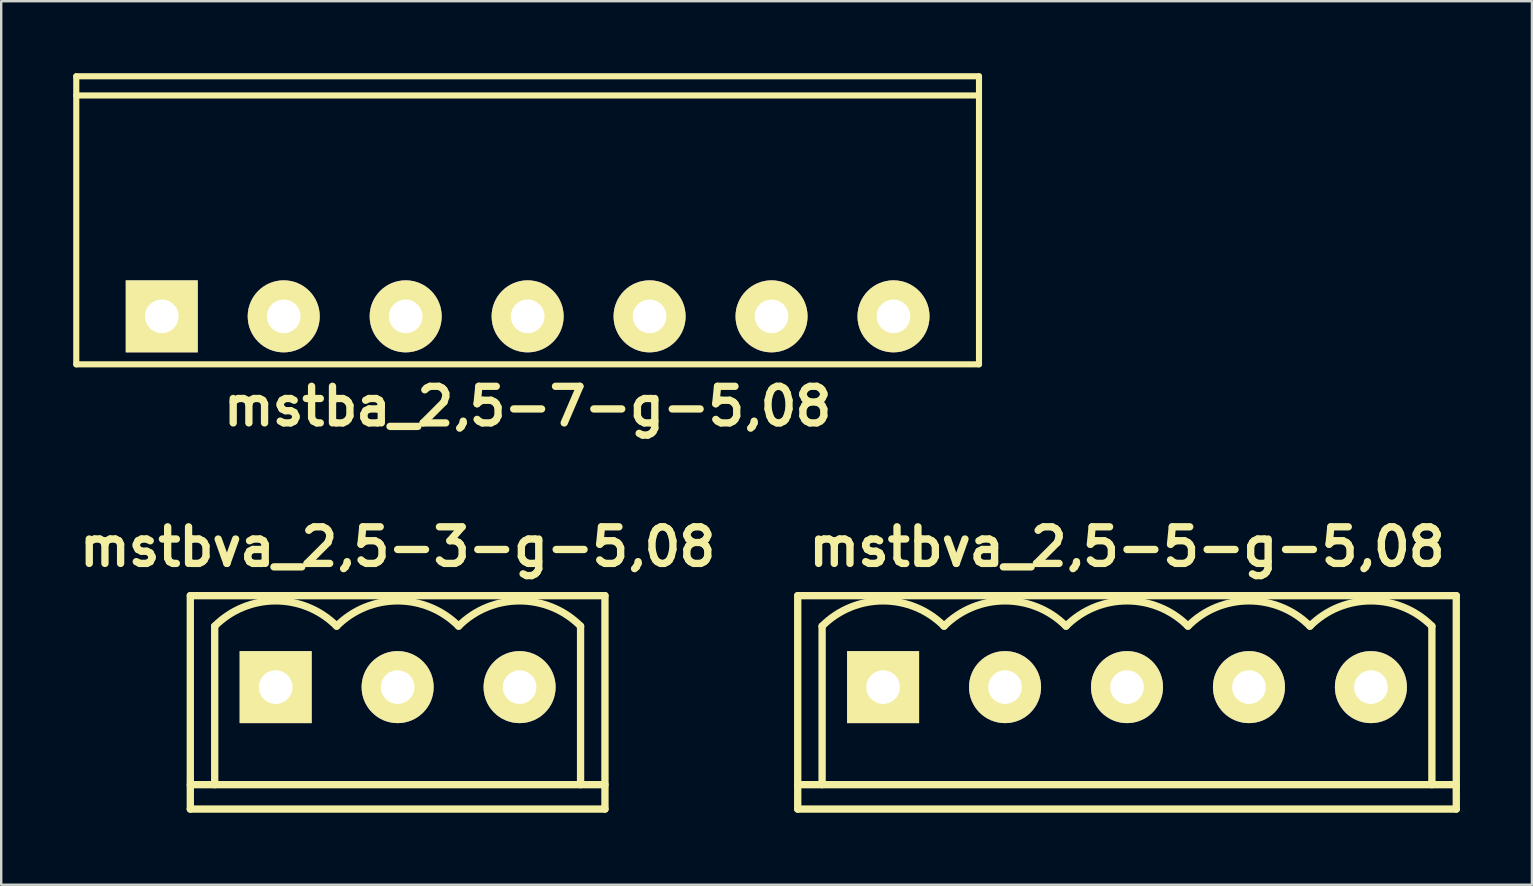
<source format=kicad_pcb>
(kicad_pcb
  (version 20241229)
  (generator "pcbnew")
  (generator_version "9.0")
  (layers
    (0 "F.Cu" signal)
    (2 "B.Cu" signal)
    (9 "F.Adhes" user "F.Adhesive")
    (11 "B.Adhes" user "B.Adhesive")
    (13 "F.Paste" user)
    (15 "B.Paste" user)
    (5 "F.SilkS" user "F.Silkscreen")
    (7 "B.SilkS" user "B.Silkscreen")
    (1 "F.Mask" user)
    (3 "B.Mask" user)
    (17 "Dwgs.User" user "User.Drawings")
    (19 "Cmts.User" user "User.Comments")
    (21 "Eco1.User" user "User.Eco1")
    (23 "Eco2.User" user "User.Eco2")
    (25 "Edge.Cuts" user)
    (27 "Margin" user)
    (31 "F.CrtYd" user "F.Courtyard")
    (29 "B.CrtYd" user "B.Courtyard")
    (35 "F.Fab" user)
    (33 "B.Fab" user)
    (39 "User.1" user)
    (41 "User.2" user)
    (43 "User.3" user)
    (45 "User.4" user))
  (footprint "mstbva_2,5-3-g-5,08"
    (layer "F.Cu")
    (at 13.513 25.571)
    (property "Reference" "mstbva_2,5-3-g-5,08" (at 0 -5.842 0) (layer "F.SilkS") (effects (font (size 1.524 1.524) (thickness 0.305))))
    (attr through_hole)
    (fp_line (start -8.636 -3.81) (end -8.636 5.08) (stroke (width 0.305) (type solid)) (layer "F.SilkS"))
    (fp_line (start -8.636 4.064) (end 8.636 4.064) (stroke (width 0.305) (type solid)) (layer "F.SilkS"))
    (fp_line (start -7.62 -2.54) (end -7.62 4.064) (stroke (width 0.305) (type solid)) (layer "F.SilkS"))
    (fp_line (start 7.62 -2.54) (end 7.62 4.064) (stroke (width 0.305) (type solid)) (layer "F.SilkS"))
    (fp_line (start 8.636 -3.81) (end -8.636 -3.81) (stroke (width 0.305) (type solid)) (layer "F.SilkS"))
    (fp_line (start 8.636 5.08) (end -8.636 5.08) (stroke (width 0.305) (type solid)) (layer "F.SilkS"))
    (fp_line (start 8.636 5.08) (end 8.636 -3.81) (stroke (width 0.305) (type solid)) (layer "F.SilkS"))
    (fp_arc (start -7.62 -2.54) (mid -5.08 -3.592102) (end -2.54 -2.54) (stroke (width 0.3048) (type solid)) (layer "F.SilkS"))
    (fp_arc (start -2.54 -2.54) (mid 0 -3.592102) (end 2.54 -2.54) (stroke (width 0.3048) (type solid)) (layer "F.SilkS"))
    (fp_arc (start 2.54 -2.54) (mid 5.08 -3.592102) (end 7.62 -2.54) (stroke (width 0.3048) (type solid)) (layer "F.SilkS"))
    (pad "1" thru_hole rect (at -5.08 0) (size 3 3) (drill 1.4) (layers "*.Cu" "*.Mask" "F.SilkS"))
    (pad "2" thru_hole circle (at 0 0) (size 3 3) (drill 1.4) (layers "*.Cu" "*.Mask" "F.SilkS"))
    (pad "3" thru_hole circle (at 5.08 0) (size 3 3) (drill 1.4) (layers "*.Cu" "*.Mask" "F.SilkS")))
  (footprint "mstba_2,5-7-g-5,08"
    (layer "F.Cu")
    (at 18.928 10.127)
    (property "Reference" "mstba_2,5-7-g-5,08" (at 0 3.749 0) (layer "F.SilkS") (effects (font (size 1.524 1.524) (thickness 0.305))))
    (attr through_hole)
    (fp_line (start -18.801 -10) (end -18.801 1.999) (stroke (width 0.254) (type solid)) (layer "F.SilkS"))
    (fp_line (start -18.801 -10) (end 18.801 -10) (stroke (width 0.254) (type solid)) (layer "F.SilkS"))
    (fp_line (start -18.801 1.999) (end 18.801 1.999) (stroke (width 0.254) (type solid)) (layer "F.SilkS"))
    (fp_line (start 18.801 -9.2) (end -18.801 -9.2) (stroke (width 0.254) (type solid)) (layer "F.SilkS"))
    (fp_line (start 18.801 1.999) (end 18.801 -10) (stroke (width 0.254) (type solid)) (layer "F.SilkS"))
    (pad "1" thru_hole rect (at -15.24 0) (size 3 3) (drill 1.4) (layers "*.Cu" "*.Mask" "F.SilkS"))
    (pad "2" thru_hole circle (at -10.16 0) (size 3 3) (drill 1.4) (layers "*.Cu" "*.Mask" "F.SilkS"))
    (pad "3" thru_hole circle (at -5.08 0) (size 3 3) (drill 1.4) (layers "*.Cu" "*.Mask" "F.SilkS"))
    (pad "4" thru_hole circle (at 0 0) (size 3 3) (drill 1.4) (layers "*.Cu" "*.Mask" "F.SilkS"))
    (pad "5" thru_hole circle (at 5.08 0) (size 3 3) (drill 1.4) (layers "*.Cu" "*.Mask" "F.SilkS"))
    (pad "6" thru_hole circle (at 10.16 0) (size 3 3) (drill 1.4) (layers "*.Cu" "*.Mask" "F.SilkS"))
    (pad "7" thru_hole circle (at 15.24 0) (size 3 3) (drill 1.4) (layers "*.Cu" "*.Mask" "F.SilkS")))
  (footprint "mstbva_2,5-5-g-5,08"
    (layer "F.Cu")
    (at 43.894 25.571)
    (property "Reference" "mstbva_2,5-5-g-5,08" (at 0 -5.842 0) (layer "F.SilkS") (effects (font (size 1.524 1.524) (thickness 0.305))))
    (attr through_hole)
    (fp_line (start -13.716 -3.81) (end -13.716 5.08) (stroke (width 0.305) (type solid)) (layer "F.SilkS"))
    (fp_line (start -13.716 4.064) (end 13.716 4.064) (stroke (width 0.305) (type solid)) (layer "F.SilkS"))
    (fp_line (start -12.7 -2.54) (end -12.7 4.064) (stroke (width 0.305) (type solid)) (layer "F.SilkS"))
    (fp_line (start 12.7 -2.54) (end 12.7 4.064) (stroke (width 0.305) (type solid)) (layer "F.SilkS"))
    (fp_line (start 13.716 -3.81) (end -13.716 -3.81) (stroke (width 0.305) (type solid)) (layer "F.SilkS"))
    (fp_line (start 13.716 5.08) (end -13.716 5.08) (stroke (width 0.305) (type solid)) (layer "F.SilkS"))
    (fp_line (start 13.716 5.08) (end 13.716 -3.81) (stroke (width 0.305) (type solid)) (layer "F.SilkS"))
    (fp_arc (start -12.7 -2.54) (mid -10.16 -3.592102) (end -7.62 -2.54) (stroke (width 0.3048) (type solid)) (layer "F.SilkS"))
    (fp_arc (start -7.62 -2.54) (mid -5.08 -3.592102) (end -2.54 -2.54) (stroke (width 0.3048) (type solid)) (layer "F.SilkS"))
    (fp_arc (start -2.54 -2.54) (mid 0 -3.592102) (end 2.54 -2.54) (stroke (width 0.3048) (type solid)) (layer "F.SilkS"))
    (fp_arc (start 2.54 -2.54) (mid 5.08 -3.592102) (end 7.62 -2.54) (stroke (width 0.3048) (type solid)) (layer "F.SilkS"))
    (fp_arc (start 7.62 -2.54) (mid 10.16 -3.592102) (end 12.7 -2.54) (stroke (width 0.3048) (type solid)) (layer "F.SilkS"))
    (pad "1" thru_hole rect (at -10.16 0) (size 3 3) (drill 1.4) (layers "*.Cu" "*.Mask" "F.SilkS"))
    (pad "2" thru_hole circle (at -5.08 0) (size 3 3) (drill 1.4) (layers "*.Cu" "*.Mask" "F.SilkS"))
    (pad "3" thru_hole circle (at 0 0) (size 3 3) (drill 1.4) (layers "*.Cu" "*.Mask" "F.SilkS"))
    (pad "4" thru_hole circle (at 5.08 0) (size 3 3) (drill 1.4) (layers "*.Cu" "*.Mask" "F.SilkS"))
    (pad "5" thru_hole circle (at 10.16 0) (size 3 3) (drill 1.4) (layers "*.Cu" "*.Mask" "F.SilkS")))
  (gr_rect
    (start -3 -3)
    (end 60.762 33.803)
    (stroke (width 0.1) (type default))
    (fill no)
    (layer "Edge.Cuts")))
</source>
